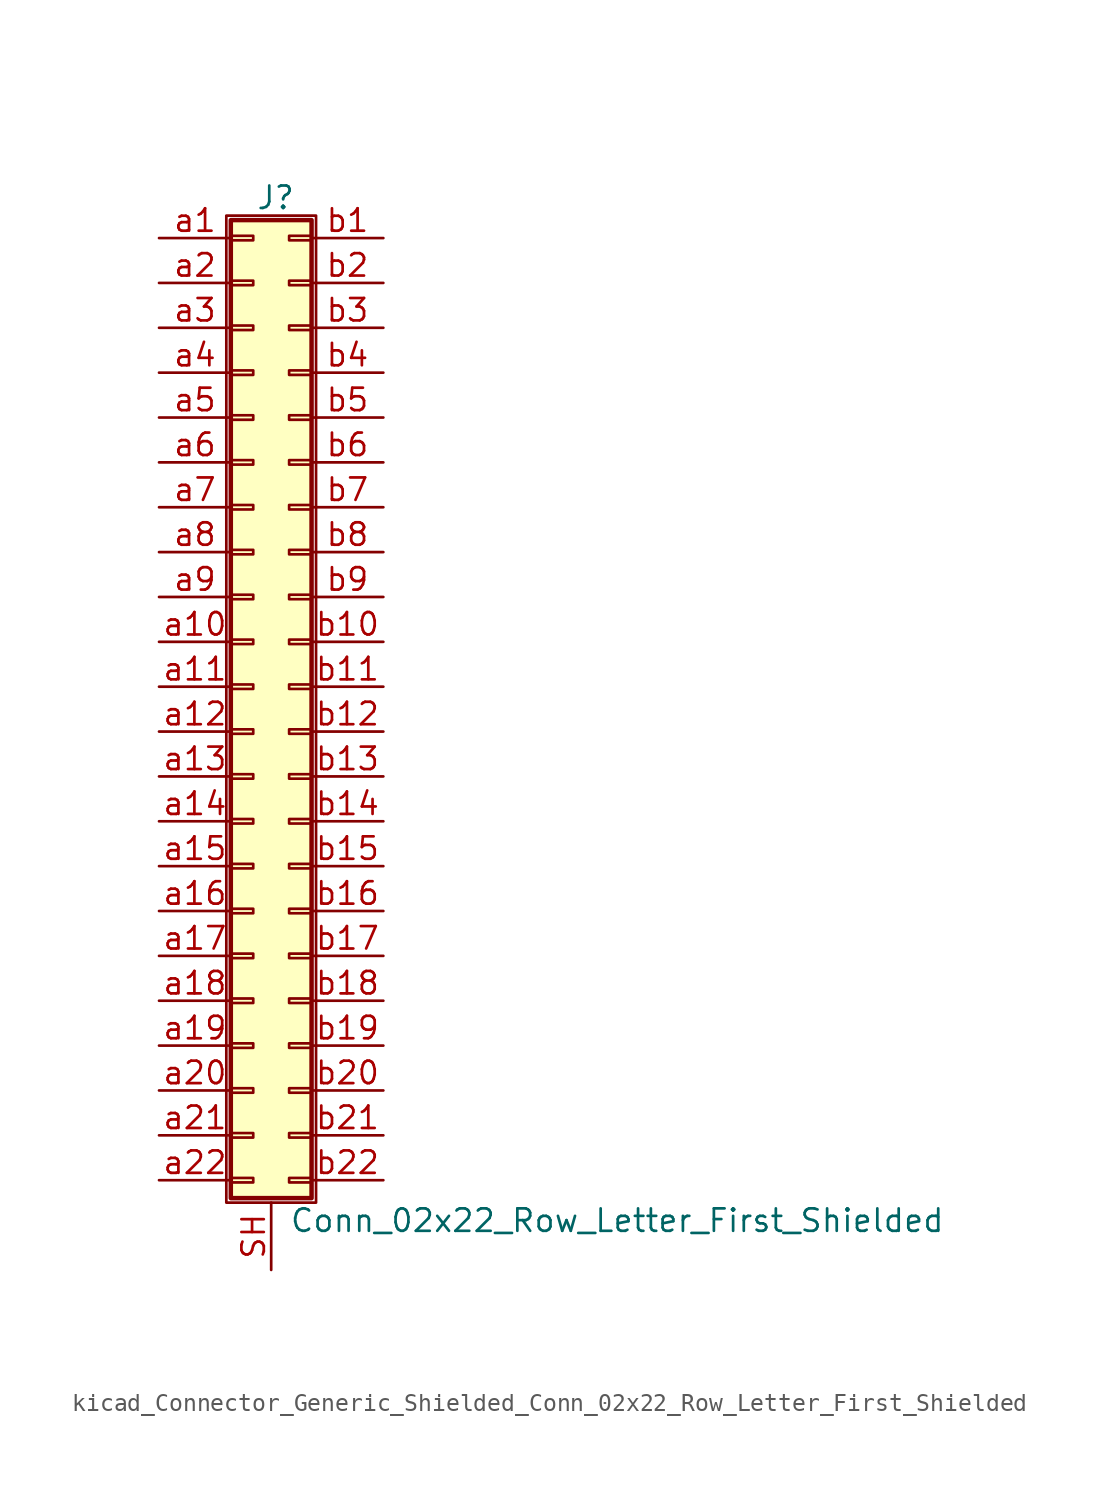
<source format=kicad_sym>
(kicad_symbol_lib
  (version 20220914)
  (generator kicad_symbol_editor)
  (symbol "kicad_Connector_Generic_Shielded_Conn_02x22_Row_Letter_First_Shielded"
    (pin_names
      (offset 1.016) hide)
    (property "Reference" "J"
      (at 1.524 27.686 0)
      (effects (font (size 1.27 1.27))))
    (property "Value" "Conn_02x22_Row_Letter_First_Shielded"
      (at 2.286 -30.226 0)
      (effects (font (size 1.27 1.27)) (justify left)))
    (symbol "kicad_Connector_Generic_Shielded_Conn_02x22_Row_Letter_First_Shielded_1_1"
      (rectangle (start -1.27 26.67) (end 3.81 -29.21) (stroke (width 0.152) (type default)) (fill (type none)))
      (rectangle (start -1.016 -27.813) (end 0.254 -28.067) (stroke (width 0.152) (type default)) (fill (type none)))
      (rectangle (start -1.016 -25.273) (end 0.254 -25.527) (stroke (width 0.152) (type default)) (fill (type none)))
      (rectangle (start -1.016 -22.733) (end 0.254 -22.987) (stroke (width 0.152) (type default)) (fill (type none)))
      (rectangle (start -1.016 -20.193) (end 0.254 -20.447) (stroke (width 0.152) (type default)) (fill (type none)))
      (rectangle (start -1.016 -17.653) (end 0.254 -17.907) (stroke (width 0.152) (type default)) (fill (type none)))
      (rectangle (start -1.016 -15.113) (end 0.254 -15.367) (stroke (width 0.152) (type default)) (fill (type none)))
      (rectangle (start -1.016 -12.573) (end 0.254 -12.827) (stroke (width 0.152) (type default)) (fill (type none)))
      (rectangle (start -1.016 -10.033) (end 0.254 -10.287) (stroke (width 0.152) (type default)) (fill (type none)))
      (rectangle (start -1.016 -7.493) (end 0.254 -7.747) (stroke (width 0.152) (type default)) (fill (type none)))
      (rectangle (start -1.016 -4.953) (end 0.254 -5.207) (stroke (width 0.152) (type default)) (fill (type none)))
      (rectangle (start -1.016 -2.413) (end 0.254 -2.667) (stroke (width 0.152) (type default)) (fill (type none)))
      (rectangle (start -1.016 0.127) (end 0.254 -0.127) (stroke (width 0.152) (type default)) (fill (type none)))
      (rectangle (start -1.016 2.667) (end 0.254 2.413) (stroke (width 0.152) (type default)) (fill (type none)))
      (rectangle (start -1.016 5.207) (end 0.254 4.953) (stroke (width 0.152) (type default)) (fill (type none)))
      (rectangle (start -1.016 7.747) (end 0.254 7.493) (stroke (width 0.152) (type default)) (fill (type none)))
      (rectangle (start -1.016 10.287) (end 0.254 10.033) (stroke (width 0.152) (type default)) (fill (type none)))
      (rectangle (start -1.016 12.827) (end 0.254 12.573) (stroke (width 0.152) (type default)) (fill (type none)))
      (rectangle (start -1.016 15.367) (end 0.254 15.113) (stroke (width 0.152) (type default)) (fill (type none)))
      (rectangle (start -1.016 17.907) (end 0.254 17.653) (stroke (width 0.152) (type default)) (fill (type none)))
      (rectangle (start -1.016 20.447) (end 0.254 20.193) (stroke (width 0.152) (type default)) (fill (type none)))
      (rectangle (start -1.016 22.987) (end 0.254 22.733) (stroke (width 0.152) (type default)) (fill (type none)))
      (rectangle (start -1.016 25.527) (end 0.254 25.273) (stroke (width 0.152) (type default)) (fill (type none)))
      (rectangle (start -1.016 26.416) (end 3.556 -28.956) (stroke (width 0.254) (type default)) (fill (type background)))
      (rectangle (start 3.556 -27.813) (end 2.286 -28.067) (stroke (width 0.152) (type default)) (fill (type none)))
      (rectangle (start 3.556 -25.273) (end 2.286 -25.527) (stroke (width 0.152) (type default)) (fill (type none)))
      (rectangle (start 3.556 -22.733) (end 2.286 -22.987) (stroke (width 0.152) (type default)) (fill (type none)))
      (rectangle (start 3.556 -20.193) (end 2.286 -20.447) (stroke (width 0.152) (type default)) (fill (type none)))
      (rectangle (start 3.556 -17.653) (end 2.286 -17.907) (stroke (width 0.152) (type default)) (fill (type none)))
      (rectangle (start 3.556 -15.113) (end 2.286 -15.367) (stroke (width 0.152) (type default)) (fill (type none)))
      (rectangle (start 3.556 -12.573) (end 2.286 -12.827) (stroke (width 0.152) (type default)) (fill (type none)))
      (rectangle (start 3.556 -10.033) (end 2.286 -10.287) (stroke (width 0.152) (type default)) (fill (type none)))
      (rectangle (start 3.556 -7.493) (end 2.286 -7.747) (stroke (width 0.152) (type default)) (fill (type none)))
      (rectangle (start 3.556 -4.953) (end 2.286 -5.207) (stroke (width 0.152) (type default)) (fill (type none)))
      (rectangle (start 3.556 -2.413) (end 2.286 -2.667) (stroke (width 0.152) (type default)) (fill (type none)))
      (rectangle (start 3.556 0.127) (end 2.286 -0.127) (stroke (width 0.152) (type default)) (fill (type none)))
      (rectangle (start 3.556 2.667) (end 2.286 2.413) (stroke (width 0.152) (type default)) (fill (type none)))
      (rectangle (start 3.556 5.207) (end 2.286 4.953) (stroke (width 0.152) (type default)) (fill (type none)))
      (rectangle (start 3.556 7.747) (end 2.286 7.493) (stroke (width 0.152) (type default)) (fill (type none)))
      (rectangle (start 3.556 10.287) (end 2.286 10.033) (stroke (width 0.152) (type default)) (fill (type none)))
      (rectangle (start 3.556 12.827) (end 2.286 12.573) (stroke (width 0.152) (type default)) (fill (type none)))
      (rectangle (start 3.556 15.367) (end 2.286 15.113) (stroke (width 0.152) (type default)) (fill (type none)))
      (rectangle (start 3.556 17.907) (end 2.286 17.653) (stroke (width 0.152) (type default)) (fill (type none)))
      (rectangle (start 3.556 20.447) (end 2.286 20.193) (stroke (width 0.152) (type default)) (fill (type none)))
      (rectangle (start 3.556 22.987) (end 2.286 22.733) (stroke (width 0.152) (type default)) (fill (type none)))
      (rectangle (start 3.556 25.527) (end 2.286 25.273) (stroke (width 0.152) (type default)) (fill (type none)))
      (pin passive line (at 1.27 -33.02 90) (length 3.81) (name "Shield" (effects (font (size 1.27 1.27)))) (number "SH" (effects (font (size 1.27 1.27)))))
      (pin passive line (at -5.08 25.4 0) (length 4.064) (name "Pin_a1" (effects (font (size 1.27 1.27)))) (number "a1" (effects (font (size 1.27 1.27)))))
      (pin passive line (at -5.08 2.54 0) (length 4.064) (name "Pin_a10" (effects (font (size 1.27 1.27)))) (number "a10" (effects (font (size 1.27 1.27)))))
      (pin passive line (at -5.08 0 0) (length 4.064) (name "Pin_a11" (effects (font (size 1.27 1.27)))) (number "a11" (effects (font (size 1.27 1.27)))))
      (pin passive line (at -5.08 -2.54 0) (length 4.064) (name "Pin_a12" (effects (font (size 1.27 1.27)))) (number "a12" (effects (font (size 1.27 1.27)))))
      (pin passive line (at -5.08 -5.08 0) (length 4.064) (name "Pin_a13" (effects (font (size 1.27 1.27)))) (number "a13" (effects (font (size 1.27 1.27)))))
      (pin passive line (at -5.08 -7.62 0) (length 4.064) (name "Pin_a14" (effects (font (size 1.27 1.27)))) (number "a14" (effects (font (size 1.27 1.27)))))
      (pin passive line (at -5.08 -10.16 0) (length 4.064) (name "Pin_a15" (effects (font (size 1.27 1.27)))) (number "a15" (effects (font (size 1.27 1.27)))))
      (pin passive line (at -5.08 -12.7 0) (length 4.064) (name "Pin_a16" (effects (font (size 1.27 1.27)))) (number "a16" (effects (font (size 1.27 1.27)))))
      (pin passive line (at -5.08 -15.24 0) (length 4.064) (name "Pin_a17" (effects (font (size 1.27 1.27)))) (number "a17" (effects (font (size 1.27 1.27)))))
      (pin passive line (at -5.08 -17.78 0) (length 4.064) (name "Pin_a18" (effects (font (size 1.27 1.27)))) (number "a18" (effects (font (size 1.27 1.27)))))
      (pin passive line (at -5.08 -20.32 0) (length 4.064) (name "Pin_a19" (effects (font (size 1.27 1.27)))) (number "a19" (effects (font (size 1.27 1.27)))))
      (pin passive line (at -5.08 22.86 0) (length 4.064) (name "Pin_a2" (effects (font (size 1.27 1.27)))) (number "a2" (effects (font (size 1.27 1.27)))))
      (pin passive line (at -5.08 -22.86 0) (length 4.064) (name "Pin_a20" (effects (font (size 1.27 1.27)))) (number "a20" (effects (font (size 1.27 1.27)))))
      (pin passive line (at -5.08 -25.4 0) (length 4.064) (name "Pin_a21" (effects (font (size 1.27 1.27)))) (number "a21" (effects (font (size 1.27 1.27)))))
      (pin passive line (at -5.08 -27.94 0) (length 4.064) (name "Pin_a22" (effects (font (size 1.27 1.27)))) (number "a22" (effects (font (size 1.27 1.27)))))
      (pin passive line (at -5.08 20.32 0) (length 4.064) (name "Pin_a3" (effects (font (size 1.27 1.27)))) (number "a3" (effects (font (size 1.27 1.27)))))
      (pin passive line (at -5.08 17.78 0) (length 4.064) (name "Pin_a4" (effects (font (size 1.27 1.27)))) (number "a4" (effects (font (size 1.27 1.27)))))
      (pin passive line (at -5.08 15.24 0) (length 4.064) (name "Pin_a5" (effects (font (size 1.27 1.27)))) (number "a5" (effects (font (size 1.27 1.27)))))
      (pin passive line (at -5.08 12.7 0) (length 4.064) (name "Pin_a6" (effects (font (size 1.27 1.27)))) (number "a6" (effects (font (size 1.27 1.27)))))
      (pin passive line (at -5.08 10.16 0) (length 4.064) (name "Pin_a7" (effects (font (size 1.27 1.27)))) (number "a7" (effects (font (size 1.27 1.27)))))
      (pin passive line (at -5.08 7.62 0) (length 4.064) (name "Pin_a8" (effects (font (size 1.27 1.27)))) (number "a8" (effects (font (size 1.27 1.27)))))
      (pin passive line (at -5.08 5.08 0) (length 4.064) (name "Pin_a9" (effects (font (size 1.27 1.27)))) (number "a9" (effects (font (size 1.27 1.27)))))
      (pin passive line (at 7.62 25.4 180) (length 4.064) (name "Pin_b1" (effects (font (size 1.27 1.27)))) (number "b1" (effects (font (size 1.27 1.27)))))
      (pin passive line (at 7.62 2.54 180) (length 4.064) (name "Pin_b10" (effects (font (size 1.27 1.27)))) (number "b10" (effects (font (size 1.27 1.27)))))
      (pin passive line (at 7.62 0 180) (length 4.064) (name "Pin_b11" (effects (font (size 1.27 1.27)))) (number "b11" (effects (font (size 1.27 1.27)))))
      (pin passive line (at 7.62 -2.54 180) (length 4.064) (name "Pin_b12" (effects (font (size 1.27 1.27)))) (number "b12" (effects (font (size 1.27 1.27)))))
      (pin passive line (at 7.62 -5.08 180) (length 4.064) (name "Pin_b13" (effects (font (size 1.27 1.27)))) (number "b13" (effects (font (size 1.27 1.27)))))
      (pin passive line (at 7.62 -7.62 180) (length 4.064) (name "Pin_b14" (effects (font (size 1.27 1.27)))) (number "b14" (effects (font (size 1.27 1.27)))))
      (pin passive line (at 7.62 -10.16 180) (length 4.064) (name "Pin_b15" (effects (font (size 1.27 1.27)))) (number "b15" (effects (font (size 1.27 1.27)))))
      (pin passive line (at 7.62 -12.7 180) (length 4.064) (name "Pin_b16" (effects (font (size 1.27 1.27)))) (number "b16" (effects (font (size 1.27 1.27)))))
      (pin passive line (at 7.62 -15.24 180) (length 4.064) (name "Pin_b17" (effects (font (size 1.27 1.27)))) (number "b17" (effects (font (size 1.27 1.27)))))
      (pin passive line (at 7.62 -17.78 180) (length 4.064) (name "Pin_b18" (effects (font (size 1.27 1.27)))) (number "b18" (effects (font (size 1.27 1.27)))))
      (pin passive line (at 7.62 -20.32 180) (length 4.064) (name "Pin_b19" (effects (font (size 1.27 1.27)))) (number "b19" (effects (font (size 1.27 1.27)))))
      (pin passive line (at 7.62 22.86 180) (length 4.064) (name "Pin_b2" (effects (font (size 1.27 1.27)))) (number "b2" (effects (font (size 1.27 1.27)))))
      (pin passive line (at 7.62 -22.86 180) (length 4.064) (name "Pin_b20" (effects (font (size 1.27 1.27)))) (number "b20" (effects (font (size 1.27 1.27)))))
      (pin passive line (at 7.62 -25.4 180) (length 4.064) (name "Pin_b21" (effects (font (size 1.27 1.27)))) (number "b21" (effects (font (size 1.27 1.27)))))
      (pin passive line (at 7.62 -27.94 180) (length 4.064) (name "Pin_b22" (effects (font (size 1.27 1.27)))) (number "b22" (effects (font (size 1.27 1.27)))))
      (pin passive line (at 7.62 20.32 180) (length 4.064) (name "Pin_b3" (effects (font (size 1.27 1.27)))) (number "b3" (effects (font (size 1.27 1.27)))))
      (pin passive line (at 7.62 17.78 180) (length 4.064) (name "Pin_b4" (effects (font (size 1.27 1.27)))) (number "b4" (effects (font (size 1.27 1.27)))))
      (pin passive line (at 7.62 15.24 180) (length 4.064) (name "Pin_b5" (effects (font (size 1.27 1.27)))) (number "b5" (effects (font (size 1.27 1.27)))))
      (pin passive line (at 7.62 12.7 180) (length 4.064) (name "Pin_b6" (effects (font (size 1.27 1.27)))) (number "b6" (effects (font (size 1.27 1.27)))))
      (pin passive line (at 7.62 10.16 180) (length 4.064) (name "Pin_b7" (effects (font (size 1.27 1.27)))) (number "b7" (effects (font (size 1.27 1.27)))))
      (pin passive line (at 7.62 7.62 180) (length 4.064) (name "Pin_b8" (effects (font (size 1.27 1.27)))) (number "b8" (effects (font (size 1.27 1.27)))))
      (pin passive line (at 7.62 5.08 180) (length 4.064) (name "Pin_b9" (effects (font (size 1.27 1.27)))) (number "b9" (effects (font (size 1.27 1.27))))))))
</source>
